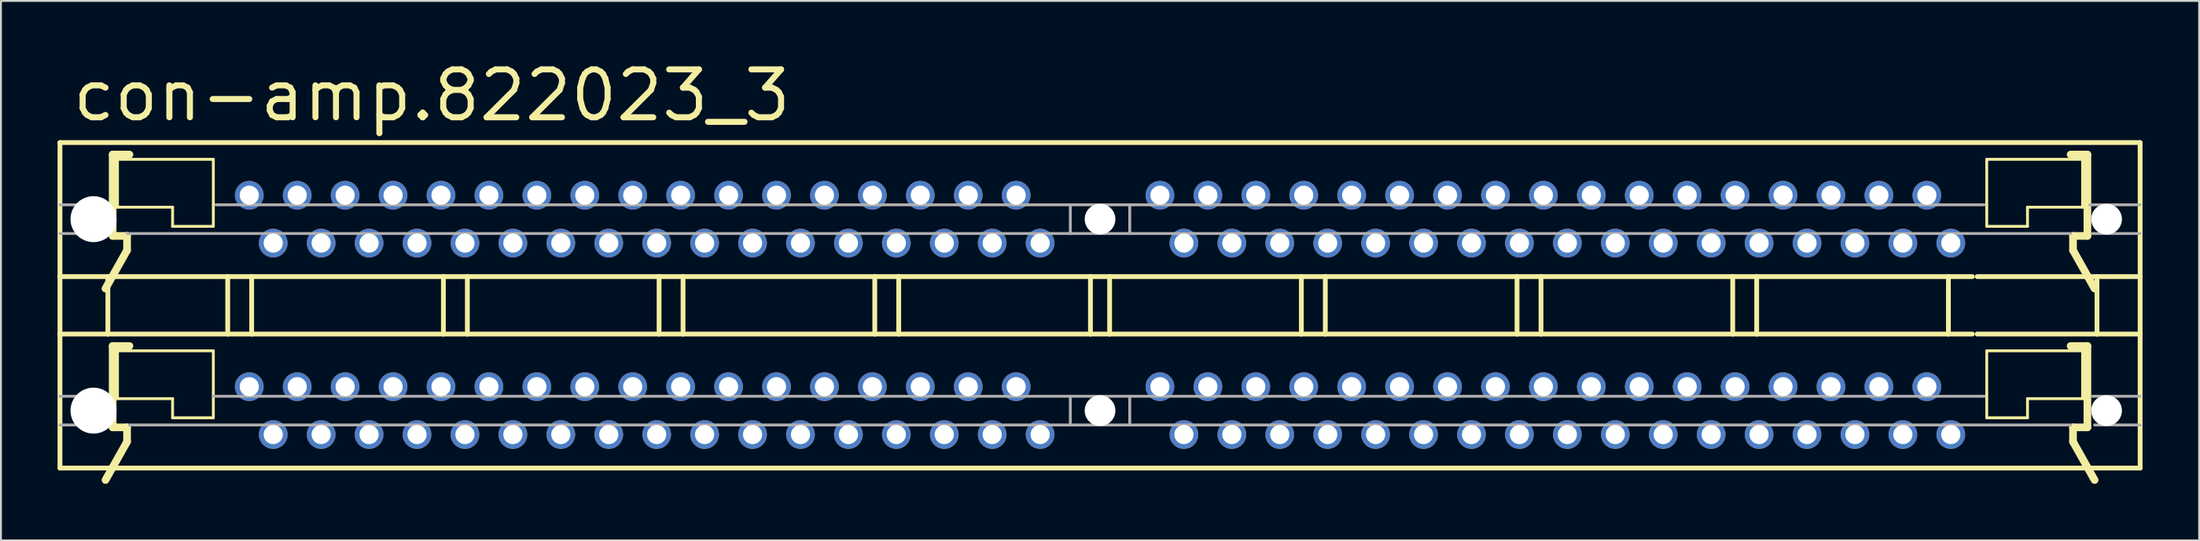
<source format=kicad_pcb>
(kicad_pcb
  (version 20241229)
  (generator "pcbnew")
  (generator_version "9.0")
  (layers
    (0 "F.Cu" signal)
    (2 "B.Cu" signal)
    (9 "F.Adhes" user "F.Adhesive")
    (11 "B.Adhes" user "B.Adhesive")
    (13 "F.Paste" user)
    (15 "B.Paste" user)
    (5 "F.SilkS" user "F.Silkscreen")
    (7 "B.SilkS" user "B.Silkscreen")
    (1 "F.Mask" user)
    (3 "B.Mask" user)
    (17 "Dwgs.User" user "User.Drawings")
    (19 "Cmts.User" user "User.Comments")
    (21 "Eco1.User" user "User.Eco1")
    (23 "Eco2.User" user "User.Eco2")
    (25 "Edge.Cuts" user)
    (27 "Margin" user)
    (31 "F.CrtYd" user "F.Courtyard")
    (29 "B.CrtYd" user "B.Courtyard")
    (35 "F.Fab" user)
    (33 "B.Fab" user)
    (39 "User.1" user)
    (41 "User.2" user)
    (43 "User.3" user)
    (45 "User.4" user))
  (footprint "con-amp.822023_3"
    (layer "F.Cu")
    (at 55.245 8.58)
    (property "Reference" "con-amp.822023_3" (at -54.61 -5.08 0) (layer "F.SilkS") (effects (font (size 2.54 2.54) (thickness 0.32)) (justify left bottom)))
    (attr through_hole)
    (fp_line (start -55.118 -4.064) (end 55.118 -4.064) (stroke (width 0.254) (type default)) (layer "F.SilkS"))
    (fp_line (start -55.118 3.048) (end -55.118 -4.064) (stroke (width 0.254) (type default)) (layer "F.SilkS"))
    (fp_line (start -55.118 6.096) (end -55.118 3.048) (stroke (width 0.254) (type default)) (layer "F.SilkS"))
    (fp_line (start -55.118 6.096) (end -52.578 6.096) (stroke (width 0.254) (type default)) (layer "F.SilkS"))
    (fp_line (start -55.118 13.208) (end -55.118 6.096) (stroke (width 0.254) (type default)) (layer "F.SilkS"))
    (fp_line (start -52.578 3.048) (end -55.118 3.048) (stroke (width 0.254) (type default)) (layer "F.SilkS"))
    (fp_line (start -52.578 6.096) (end -52.578 3.048) (stroke (width 0.254) (type default)) (layer "F.SilkS"))
    (fp_line (start -52.578 6.096) (end -46.228 6.096) (stroke (width 0.254) (type default)) (layer "F.SilkS"))
    (fp_line (start -52.324 -3.429) (end -52.324 0.889) (stroke (width 0.406) (type default)) (layer "F.SilkS"))
    (fp_line (start -52.324 0.889) (end -51.562 0.889) (stroke (width 0.406) (type default)) (layer "F.SilkS"))
    (fp_line (start -52.324 6.731) (end -52.324 11.049) (stroke (width 0.406) (type default)) (layer "F.SilkS"))
    (fp_line (start -52.324 11.049) (end -51.562 11.049) (stroke (width 0.406) (type default)) (layer "F.SilkS"))
    (fp_line (start -52.07 -3.175) (end -52.07 -0.635) (stroke (width 0.152) (type default)) (layer "F.SilkS"))
    (fp_line (start -52.07 6.985) (end -52.07 9.525) (stroke (width 0.152) (type default)) (layer "F.SilkS"))
    (fp_line (start -51.562 0.889) (end -51.562 1.651) (stroke (width 0.406) (type default)) (layer "F.SilkS"))
    (fp_line (start -51.562 1.651) (end -52.705 3.683) (stroke (width 0.406) (type default)) (layer "F.SilkS"))
    (fp_line (start -51.562 11.049) (end -51.562 11.811) (stroke (width 0.406) (type default)) (layer "F.SilkS"))
    (fp_line (start -51.562 11.811) (end -52.705 13.843) (stroke (width 0.406) (type default)) (layer "F.SilkS"))
    (fp_line (start -51.435 -3.429) (end -52.324 -3.429) (stroke (width 0.406) (type default)) (layer "F.SilkS"))
    (fp_line (start -51.435 6.731) (end -52.324 6.731) (stroke (width 0.406) (type default)) (layer "F.SilkS"))
    (fp_line (start -49.149 -0.635) (end -52.07 -0.635) (stroke (width 0.152) (type default)) (layer "F.SilkS"))
    (fp_line (start -49.149 0.381) (end -49.149 -0.635) (stroke (width 0.152) (type default)) (layer "F.SilkS"))
    (fp_line (start -49.149 0.381) (end -46.99 0.381) (stroke (width 0.152) (type default)) (layer "F.SilkS"))
    (fp_line (start -49.149 9.525) (end -52.07 9.525) (stroke (width 0.152) (type default)) (layer "F.SilkS"))
    (fp_line (start -49.149 10.541) (end -49.149 9.525) (stroke (width 0.152) (type default)) (layer "F.SilkS"))
    (fp_line (start -49.149 10.541) (end -46.99 10.541) (stroke (width 0.152) (type default)) (layer "F.SilkS"))
    (fp_line (start -46.99 -3.175) (end -52.07 -3.175) (stroke (width 0.152) (type default)) (layer "F.SilkS"))
    (fp_line (start -46.99 0.381) (end -46.99 -3.175) (stroke (width 0.152) (type default)) (layer "F.SilkS"))
    (fp_line (start -46.99 6.985) (end -52.07 6.985) (stroke (width 0.152) (type default)) (layer "F.SilkS"))
    (fp_line (start -46.99 10.541) (end -46.99 6.985) (stroke (width 0.152) (type default)) (layer "F.SilkS"))
    (fp_line (start -46.228 3.048) (end -52.578 3.048) (stroke (width 0.254) (type default)) (layer "F.SilkS"))
    (fp_line (start -46.228 6.096) (end -46.228 3.048) (stroke (width 0.254) (type default)) (layer "F.SilkS"))
    (fp_line (start -46.228 6.096) (end -44.958 6.096) (stroke (width 0.254) (type default)) (layer "F.SilkS"))
    (fp_line (start -44.958 3.048) (end -46.228 3.048) (stroke (width 0.254) (type default)) (layer "F.SilkS"))
    (fp_line (start -44.958 6.096) (end -44.958 3.048) (stroke (width 0.254) (type default)) (layer "F.SilkS"))
    (fp_line (start -44.958 6.096) (end -34.798 6.096) (stroke (width 0.254) (type default)) (layer "F.SilkS"))
    (fp_line (start -34.798 3.048) (end -44.958 3.048) (stroke (width 0.254) (type default)) (layer "F.SilkS"))
    (fp_line (start -34.798 6.096) (end -34.798 3.048) (stroke (width 0.254) (type default)) (layer "F.SilkS"))
    (fp_line (start -34.798 6.096) (end -33.528 6.096) (stroke (width 0.254) (type default)) (layer "F.SilkS"))
    (fp_line (start -33.528 3.048) (end -34.798 3.048) (stroke (width 0.254) (type default)) (layer "F.SilkS"))
    (fp_line (start -33.528 6.096) (end -33.528 3.048) (stroke (width 0.254) (type default)) (layer "F.SilkS"))
    (fp_line (start -33.528 6.096) (end -23.368 6.096) (stroke (width 0.254) (type default)) (layer "F.SilkS"))
    (fp_line (start -23.368 3.048) (end -33.528 3.048) (stroke (width 0.254) (type default)) (layer "F.SilkS"))
    (fp_line (start -23.368 6.096) (end -23.368 3.048) (stroke (width 0.254) (type default)) (layer "F.SilkS"))
    (fp_line (start -23.368 6.096) (end -22.098 6.096) (stroke (width 0.254) (type default)) (layer "F.SilkS"))
    (fp_line (start -22.098 3.048) (end -23.368 3.048) (stroke (width 0.254) (type default)) (layer "F.SilkS"))
    (fp_line (start -22.098 6.096) (end -22.098 3.048) (stroke (width 0.254) (type default)) (layer "F.SilkS"))
    (fp_line (start -22.098 6.096) (end -11.938 6.096) (stroke (width 0.254) (type default)) (layer "F.SilkS"))
    (fp_line (start -11.938 3.048) (end -22.098 3.048) (stroke (width 0.254) (type default)) (layer "F.SilkS"))
    (fp_line (start -11.938 6.096) (end -11.938 3.048) (stroke (width 0.254) (type default)) (layer "F.SilkS"))
    (fp_line (start -11.938 6.096) (end -10.668 6.096) (stroke (width 0.254) (type default)) (layer "F.SilkS"))
    (fp_line (start -10.668 3.048) (end -11.938 3.048) (stroke (width 0.254) (type default)) (layer "F.SilkS"))
    (fp_line (start -10.668 6.096) (end -10.668 3.048) (stroke (width 0.254) (type default)) (layer "F.SilkS"))
    (fp_line (start -10.668 6.096) (end -0.508 6.096) (stroke (width 0.254) (type default)) (layer "F.SilkS"))
    (fp_line (start -0.508 3.048) (end -10.668 3.048) (stroke (width 0.254) (type default)) (layer "F.SilkS"))
    (fp_line (start -0.508 6.096) (end -0.508 3.048) (stroke (width 0.254) (type default)) (layer "F.SilkS"))
    (fp_line (start 0.508 3.048) (end -0.508 3.048) (stroke (width 0.254) (type default)) (layer "F.SilkS"))
    (fp_line (start 0.508 3.048) (end 10.668 3.048) (stroke (width 0.254) (type default)) (layer "F.SilkS"))
    (fp_line (start 0.508 6.096) (end -0.508 6.096) (stroke (width 0.254) (type default)) (layer "F.SilkS"))
    (fp_line (start 0.508 6.096) (end 0.508 3.048) (stroke (width 0.254) (type default)) (layer "F.SilkS"))
    (fp_line (start 10.668 3.048) (end 11.938 3.048) (stroke (width 0.254) (type default)) (layer "F.SilkS"))
    (fp_line (start 10.668 6.096) (end 0.508 6.096) (stroke (width 0.254) (type default)) (layer "F.SilkS"))
    (fp_line (start 10.668 6.096) (end 10.668 3.048) (stroke (width 0.254) (type default)) (layer "F.SilkS"))
    (fp_line (start 11.938 3.048) (end 22.098 3.048) (stroke (width 0.254) (type default)) (layer "F.SilkS"))
    (fp_line (start 11.938 6.096) (end 10.668 6.096) (stroke (width 0.254) (type default)) (layer "F.SilkS"))
    (fp_line (start 11.938 6.096) (end 11.938 3.048) (stroke (width 0.254) (type default)) (layer "F.SilkS"))
    (fp_line (start 22.098 3.048) (end 23.368 3.048) (stroke (width 0.254) (type default)) (layer "F.SilkS"))
    (fp_line (start 22.098 6.096) (end 11.938 6.096) (stroke (width 0.254) (type default)) (layer "F.SilkS"))
    (fp_line (start 22.098 6.096) (end 22.098 3.048) (stroke (width 0.254) (type default)) (layer "F.SilkS"))
    (fp_line (start 23.368 3.048) (end 33.528 3.048) (stroke (width 0.254) (type default)) (layer "F.SilkS"))
    (fp_line (start 23.368 6.096) (end 22.098 6.096) (stroke (width 0.254) (type default)) (layer "F.SilkS"))
    (fp_line (start 23.368 6.096) (end 23.368 3.048) (stroke (width 0.254) (type default)) (layer "F.SilkS"))
    (fp_line (start 33.528 3.048) (end 34.798 3.048) (stroke (width 0.254) (type default)) (layer "F.SilkS"))
    (fp_line (start 33.528 6.096) (end 23.368 6.096) (stroke (width 0.254) (type default)) (layer "F.SilkS"))
    (fp_line (start 33.528 6.096) (end 33.528 3.048) (stroke (width 0.254) (type default)) (layer "F.SilkS"))
    (fp_line (start 34.798 3.048) (end 44.958 3.048) (stroke (width 0.254) (type default)) (layer "F.SilkS"))
    (fp_line (start 34.798 6.096) (end 33.528 6.096) (stroke (width 0.254) (type default)) (layer "F.SilkS"))
    (fp_line (start 34.798 6.096) (end 34.798 3.048) (stroke (width 0.254) (type default)) (layer "F.SilkS"))
    (fp_line (start 44.958 3.048) (end 46.228 3.048) (stroke (width 0.254) (type default)) (layer "F.SilkS"))
    (fp_line (start 44.958 6.096) (end 34.798 6.096) (stroke (width 0.254) (type default)) (layer "F.SilkS"))
    (fp_line (start 44.958 6.096) (end 44.958 3.048) (stroke (width 0.254) (type default)) (layer "F.SilkS"))
    (fp_line (start 46.228 6.096) (end 44.958 6.096) (stroke (width 0.254) (type default)) (layer "F.SilkS"))
    (fp_line (start 46.482 6.096) (end 52.832 6.096) (stroke (width 0.254) (type default)) (layer "F.SilkS"))
    (fp_line (start 46.99 -3.175) (end 52.07 -3.175) (stroke (width 0.152) (type default)) (layer "F.SilkS"))
    (fp_line (start 46.99 0.381) (end 46.99 -3.175) (stroke (width 0.152) (type default)) (layer "F.SilkS"))
    (fp_line (start 46.99 6.985) (end 52.07 6.985) (stroke (width 0.152) (type default)) (layer "F.SilkS"))
    (fp_line (start 46.99 10.541) (end 46.99 6.985) (stroke (width 0.152) (type default)) (layer "F.SilkS"))
    (fp_line (start 49.149 -0.635) (end 52.07 -0.635) (stroke (width 0.152) (type default)) (layer "F.SilkS"))
    (fp_line (start 49.149 0.381) (end 46.99 0.381) (stroke (width 0.152) (type default)) (layer "F.SilkS"))
    (fp_line (start 49.149 0.381) (end 49.149 -0.635) (stroke (width 0.152) (type default)) (layer "F.SilkS"))
    (fp_line (start 49.149 9.525) (end 52.07 9.525) (stroke (width 0.152) (type default)) (layer "F.SilkS"))
    (fp_line (start 49.149 10.541) (end 46.99 10.541) (stroke (width 0.152) (type default)) (layer "F.SilkS"))
    (fp_line (start 49.149 10.541) (end 49.149 9.525) (stroke (width 0.152) (type default)) (layer "F.SilkS"))
    (fp_line (start 51.435 -3.429) (end 52.324 -3.429) (stroke (width 0.406) (type default)) (layer "F.SilkS"))
    (fp_line (start 51.435 6.731) (end 52.324 6.731) (stroke (width 0.406) (type default)) (layer "F.SilkS"))
    (fp_line (start 51.562 0.889) (end 51.562 1.651) (stroke (width 0.406) (type default)) (layer "F.SilkS"))
    (fp_line (start 51.562 1.651) (end 52.705 3.683) (stroke (width 0.406) (type default)) (layer "F.SilkS"))
    (fp_line (start 51.562 11.049) (end 51.562 11.811) (stroke (width 0.406) (type default)) (layer "F.SilkS"))
    (fp_line (start 51.562 11.811) (end 52.705 13.843) (stroke (width 0.406) (type default)) (layer "F.SilkS"))
    (fp_line (start 52.07 -3.175) (end 52.07 -0.635) (stroke (width 0.152) (type default)) (layer "F.SilkS"))
    (fp_line (start 52.07 6.985) (end 52.07 9.525) (stroke (width 0.152) (type default)) (layer "F.SilkS"))
    (fp_line (start 52.324 -3.429) (end 52.324 0.889) (stroke (width 0.406) (type default)) (layer "F.SilkS"))
    (fp_line (start 52.324 0.889) (end 51.562 0.889) (stroke (width 0.406) (type default)) (layer "F.SilkS"))
    (fp_line (start 52.324 6.731) (end 52.324 11.049) (stroke (width 0.406) (type default)) (layer "F.SilkS"))
    (fp_line (start 52.324 11.049) (end 51.562 11.049) (stroke (width 0.406) (type default)) (layer "F.SilkS"))
    (fp_line (start 52.832 3.048) (end 46.482 3.048) (stroke (width 0.254) (type default)) (layer "F.SilkS"))
    (fp_line (start 52.832 6.096) (end 52.832 3.048) (stroke (width 0.254) (type default)) (layer "F.SilkS"))
    (fp_line (start 52.832 6.096) (end 55.118 6.096) (stroke (width 0.254) (type default)) (layer "F.SilkS"))
    (fp_line (start 55.118 -4.064) (end 55.118 3.048) (stroke (width 0.254) (type default)) (layer "F.SilkS"))
    (fp_line (start 55.118 3.048) (end 52.832 3.048) (stroke (width 0.254) (type default)) (layer "F.SilkS"))
    (fp_line (start 55.118 3.048) (end 55.118 6.096) (stroke (width 0.254) (type default)) (layer "F.SilkS"))
    (fp_line (start 55.118 6.096) (end 55.118 13.208) (stroke (width 0.254) (type default)) (layer "F.SilkS"))
    (fp_line (start 55.118 13.208) (end -55.118 13.208) (stroke (width 0.254) (type default)) (layer "F.SilkS"))
    (fp_line (start -55.118 -0.762) (end -52.578 -0.762) (stroke (width 0.152) (type default)) (layer "F.Fab"))
    (fp_line (start -55.118 0.762) (end -52.705 0.762) (stroke (width 0.152) (type default)) (layer "F.Fab"))
    (fp_line (start -55.118 9.398) (end -52.578 9.398) (stroke (width 0.152) (type default)) (layer "F.Fab"))
    (fp_line (start -55.118 10.922) (end -52.578 10.922) (stroke (width 0.152) (type default)) (layer "F.Fab"))
    (fp_line (start -51.562 0.762) (end -1.575 0.762) (stroke (width 0.152) (type default)) (layer "F.Fab"))
    (fp_line (start -51.435 10.922) (end -1.575 10.922) (stroke (width 0.152) (type default)) (layer "F.Fab"))
    (fp_line (start -46.99 9.398) (end -1.575 9.398) (stroke (width 0.152) (type default)) (layer "F.Fab"))
    (fp_line (start -46.863 -0.762) (end -1.575 -0.762) (stroke (width 0.152) (type default)) (layer "F.Fab"))
    (fp_line (start -1.575 -0.762) (end 1.575 -0.762) (stroke (width 0.152) (type default)) (layer "F.Fab"))
    (fp_line (start -1.575 0.762) (end -1.575 -0.762) (stroke (width 0.152) (type default)) (layer "F.Fab"))
    (fp_line (start -1.575 0.762) (end 1.575 0.762) (stroke (width 0.152) (type default)) (layer "F.Fab"))
    (fp_line (start -1.575 9.398) (end 1.575 9.398) (stroke (width 0.152) (type default)) (layer "F.Fab"))
    (fp_line (start -1.575 10.922) (end -1.575 9.398) (stroke (width 0.152) (type default)) (layer "F.Fab"))
    (fp_line (start -1.575 10.922) (end 1.575 10.922) (stroke (width 0.152) (type default)) (layer "F.Fab"))
    (fp_line (start 1.575 0.762) (end 1.575 -0.762) (stroke (width 0.152) (type default)) (layer "F.Fab"))
    (fp_line (start 1.575 10.922) (end 1.575 9.398) (stroke (width 0.152) (type default)) (layer "F.Fab"))
    (fp_line (start 46.863 -0.762) (end 1.575 -0.762) (stroke (width 0.152) (type default)) (layer "F.Fab"))
    (fp_line (start 46.863 9.398) (end 1.575 9.398) (stroke (width 0.152) (type default)) (layer "F.Fab"))
    (fp_line (start 51.435 0.762) (end 1.575 0.762) (stroke (width 0.152) (type default)) (layer "F.Fab"))
    (fp_line (start 51.435 10.922) (end 1.575 10.922) (stroke (width 0.152) (type default)) (layer "F.Fab"))
    (fp_line (start 55.118 -0.762) (end 52.451 -0.762) (stroke (width 0.152) (type default)) (layer "F.Fab"))
    (fp_line (start 55.118 0.762) (end 52.578 0.762) (stroke (width 0.152) (type default)) (layer "F.Fab"))
    (fp_line (start 55.118 9.398) (end 52.578 9.398) (stroke (width 0.152) (type default)) (layer "F.Fab"))
    (fp_line (start 55.118 10.922) (end 52.705 10.922) (stroke (width 0.152) (type default)) (layer "F.Fab"))
    (pad "" np_thru_hole circle (at -53.34 0) (size 2.438 2.438) (drill 2.438) (layers "*.Cu" "*.Mask"))
    (pad "" np_thru_hole circle (at -53.34 10.16) (size 2.438 2.438) (drill 2.438) (layers "*.Cu" "*.Mask"))
    (pad "" np_thru_hole circle (at 0 0) (size 1.626 1.626) (drill 1.626) (layers "*.Cu" "*.Mask"))
    (pad "" np_thru_hole circle (at 0 10.16) (size 1.626 1.626) (drill 1.626) (layers "*.Cu" "*.Mask"))
    (pad "" np_thru_hole circle (at 53.34 0) (size 1.626 1.626) (drill 1.626) (layers "*.Cu" "*.Mask"))
    (pad "" np_thru_hole circle (at 53.34 10.16) (size 1.626 1.626) (drill 1.626) (layers "*.Cu" "*.Mask"))
    (pad "1-1" thru_hole circle (at 45.085 1.27) (size 1.524 1.524) (drill 1.016) (layers "*.Cu" "*.Mask"))
    (pad "1-2" thru_hole circle (at 43.815 -1.27) (size 1.524 1.524) (drill 1.016) (layers "*.Cu" "*.Mask"))
    (pad "1-3" thru_hole circle (at 42.545 1.27) (size 1.524 1.524) (drill 1.016) (layers "*.Cu" "*.Mask"))
    (pad "1-4" thru_hole circle (at 41.275 -1.27) (size 1.524 1.524) (drill 1.016) (layers "*.Cu" "*.Mask"))
    (pad "1-5" thru_hole circle (at 40.005 1.27) (size 1.524 1.524) (drill 1.016) (layers "*.Cu" "*.Mask"))
    (pad "1-6" thru_hole circle (at 38.735 -1.27) (size 1.524 1.524) (drill 1.016) (layers "*.Cu" "*.Mask"))
    (pad "1-7" thru_hole circle (at 37.465 1.27) (size 1.524 1.524) (drill 1.016) (layers "*.Cu" "*.Mask"))
    (pad "1-8" thru_hole circle (at 36.195 -1.27) (size 1.524 1.524) (drill 1.016) (layers "*.Cu" "*.Mask"))
    (pad "1-9" thru_hole circle (at 34.925 1.27) (size 1.524 1.524) (drill 1.016) (layers "*.Cu" "*.Mask"))
    (pad "1-10" thru_hole circle (at 33.655 -1.27) (size 1.524 1.524) (drill 1.016) (layers "*.Cu" "*.Mask"))
    (pad "1-11" thru_hole circle (at 32.385 1.27) (size 1.524 1.524) (drill 1.016) (layers "*.Cu" "*.Mask"))
    (pad "1-12" thru_hole circle (at 31.115 -1.27) (size 1.524 1.524) (drill 1.016) (layers "*.Cu" "*.Mask"))
    (pad "1-13" thru_hole circle (at 29.845 1.27) (size 1.524 1.524) (drill 1.016) (layers "*.Cu" "*.Mask"))
    (pad "1-14" thru_hole circle (at 28.575 -1.27) (size 1.524 1.524) (drill 1.016) (layers "*.Cu" "*.Mask"))
    (pad "1-15" thru_hole circle (at 27.305 1.27) (size 1.524 1.524) (drill 1.016) (layers "*.Cu" "*.Mask"))
    (pad "1-16" thru_hole circle (at 26.035 -1.27) (size 1.524 1.524) (drill 1.016) (layers "*.Cu" "*.Mask"))
    (pad "1-17" thru_hole circle (at 24.765 1.27) (size 1.524 1.524) (drill 1.016) (layers "*.Cu" "*.Mask"))
    (pad "1-18" thru_hole circle (at 23.495 -1.27) (size 1.524 1.524) (drill 1.016) (layers "*.Cu" "*.Mask"))
    (pad "1-19" thru_hole circle (at 22.225 1.27) (size 1.524 1.524) (drill 1.016) (layers "*.Cu" "*.Mask"))
    (pad "1-20" thru_hole circle (at 20.955 -1.27) (size 1.524 1.524) (drill 1.016) (layers "*.Cu" "*.Mask"))
    (pad "1-21" thru_hole circle (at 19.685 1.27) (size 1.524 1.524) (drill 1.016) (layers "*.Cu" "*.Mask"))
    (pad "1-22" thru_hole circle (at 18.415 -1.27) (size 1.524 1.524) (drill 1.016) (layers "*.Cu" "*.Mask"))
    (pad "1-23" thru_hole circle (at 17.145 1.27) (size 1.524 1.524) (drill 1.016) (layers "*.Cu" "*.Mask"))
    (pad "1-24" thru_hole circle (at 15.875 -1.27) (size 1.524 1.524) (drill 1.016) (layers "*.Cu" "*.Mask"))
    (pad "1-25" thru_hole circle (at 14.605 1.27) (size 1.524 1.524) (drill 1.016) (layers "*.Cu" "*.Mask"))
    (pad "1-26" thru_hole circle (at 13.335 -1.27) (size 1.524 1.524) (drill 1.016) (layers "*.Cu" "*.Mask"))
    (pad "1-27" thru_hole circle (at 12.065 1.27) (size 1.524 1.524) (drill 1.016) (layers "*.Cu" "*.Mask"))
    (pad "1-28" thru_hole circle (at 10.795 -1.27) (size 1.524 1.524) (drill 1.016) (layers "*.Cu" "*.Mask"))
    (pad "1-29" thru_hole circle (at 9.525 1.27) (size 1.524 1.524) (drill 1.016) (layers "*.Cu" "*.Mask"))
    (pad "1-30" thru_hole circle (at 8.255 -1.27) (size 1.524 1.524) (drill 1.016) (layers "*.Cu" "*.Mask"))
    (pad "1-31" thru_hole circle (at 6.985 1.27) (size 1.524 1.524) (drill 1.016) (layers "*.Cu" "*.Mask"))
    (pad "1-32" thru_hole circle (at 5.715 -1.27) (size 1.524 1.524) (drill 1.016) (layers "*.Cu" "*.Mask"))
    (pad "1-33" thru_hole circle (at 4.445 1.27) (size 1.524 1.524) (drill 1.016) (layers "*.Cu" "*.Mask"))
    (pad "1-34" thru_hole circle (at 3.175 -1.27) (size 1.524 1.524) (drill 1.016) (layers "*.Cu" "*.Mask"))
    (pad "1-35" thru_hole circle (at -3.175 1.27) (size 1.524 1.524) (drill 1.016) (layers "*.Cu" "*.Mask"))
    (pad "1-36" thru_hole circle (at -4.445 -1.27) (size 1.524 1.524) (drill 1.016) (layers "*.Cu" "*.Mask"))
    (pad "1-37" thru_hole circle (at -5.715 1.27) (size 1.524 1.524) (drill 1.016) (layers "*.Cu" "*.Mask"))
    (pad "1-38" thru_hole circle (at -6.985 -1.27) (size 1.524 1.524) (drill 1.016) (layers "*.Cu" "*.Mask"))
    (pad "1-39" thru_hole circle (at -8.255 1.27) (size 1.524 1.524) (drill 1.016) (layers "*.Cu" "*.Mask"))
    (pad "1-40" thru_hole circle (at -9.525 -1.27) (size 1.524 1.524) (drill 1.016) (layers "*.Cu" "*.Mask"))
    (pad "1-41" thru_hole circle (at -10.795 1.27) (size 1.524 1.524) (drill 1.016) (layers "*.Cu" "*.Mask"))
    (pad "1-42" thru_hole circle (at -12.065 -1.27) (size 1.524 1.524) (drill 1.016) (layers "*.Cu" "*.Mask"))
    (pad "1-43" thru_hole circle (at -13.335 1.27) (size 1.524 1.524) (drill 1.016) (layers "*.Cu" "*.Mask"))
    (pad "1-44" thru_hole circle (at -14.605 -1.27) (size 1.524 1.524) (drill 1.016) (layers "*.Cu" "*.Mask"))
    (pad "1-45" thru_hole circle (at -15.875 1.27) (size 1.524 1.524) (drill 1.016) (layers "*.Cu" "*.Mask"))
    (pad "1-46" thru_hole circle (at -17.145 -1.27) (size 1.524 1.524) (drill 1.016) (layers "*.Cu" "*.Mask"))
    (pad "1-47" thru_hole circle (at -18.415 1.27) (size 1.524 1.524) (drill 1.016) (layers "*.Cu" "*.Mask"))
    (pad "1-48" thru_hole circle (at -19.685 -1.27) (size 1.524 1.524) (drill 1.016) (layers "*.Cu" "*.Mask"))
    (pad "1-49" thru_hole circle (at -20.955 1.27) (size 1.524 1.524) (drill 1.016) (layers "*.Cu" "*.Mask"))
    (pad "1-50" thru_hole circle (at -22.225 -1.27) (size 1.524 1.524) (drill 1.016) (layers "*.Cu" "*.Mask"))
    (pad "1-51" thru_hole circle (at -23.495 1.27) (size 1.524 1.524) (drill 1.016) (layers "*.Cu" "*.Mask"))
    (pad "1-52" thru_hole circle (at -24.765 -1.27) (size 1.524 1.524) (drill 1.016) (layers "*.Cu" "*.Mask"))
    (pad "1-53" thru_hole circle (at -26.035 1.27) (size 1.524 1.524) (drill 1.016) (layers "*.Cu" "*.Mask"))
    (pad "1-54" thru_hole circle (at -27.305 -1.27) (size 1.524 1.524) (drill 1.016) (layers "*.Cu" "*.Mask"))
    (pad "1-55" thru_hole circle (at -28.575 1.27) (size 1.524 1.524) (drill 1.016) (layers "*.Cu" "*.Mask"))
    (pad "1-56" thru_hole circle (at -29.845 -1.27) (size 1.524 1.524) (drill 1.016) (layers "*.Cu" "*.Mask"))
    (pad "1-57" thru_hole circle (at -31.115 1.27) (size 1.524 1.524) (drill 1.016) (layers "*.Cu" "*.Mask"))
    (pad "1-58" thru_hole circle (at -32.385 -1.27) (size 1.524 1.524) (drill 1.016) (layers "*.Cu" "*.Mask"))
    (pad "1-59" thru_hole circle (at -33.655 1.27) (size 1.524 1.524) (drill 1.016) (layers "*.Cu" "*.Mask"))
    (pad "1-60" thru_hole circle (at -34.925 -1.27) (size 1.524 1.524) (drill 1.016) (layers "*.Cu" "*.Mask"))
    (pad "1-61" thru_hole circle (at -36.195 1.27) (size 1.524 1.524) (drill 1.016) (layers "*.Cu" "*.Mask"))
    (pad "1-62" thru_hole circle (at -37.465 -1.27) (size 1.524 1.524) (drill 1.016) (layers "*.Cu" "*.Mask"))
    (pad "1-63" thru_hole circle (at -38.735 1.27) (size 1.524 1.524) (drill 1.016) (layers "*.Cu" "*.Mask"))
    (pad "1-64" thru_hole circle (at -40.005 -1.27) (size 1.524 1.524) (drill 1.016) (layers "*.Cu" "*.Mask"))
    (pad "1-65" thru_hole circle (at -41.275 1.27) (size 1.524 1.524) (drill 1.016) (layers "*.Cu" "*.Mask"))
    (pad "1-66" thru_hole circle (at -42.545 -1.27) (size 1.524 1.524) (drill 1.016) (layers "*.Cu" "*.Mask"))
    (pad "1-67" thru_hole circle (at -43.815 1.27) (size 1.524 1.524) (drill 1.016) (layers "*.Cu" "*.Mask"))
    (pad "1-68" thru_hole circle (at -45.085 -1.27) (size 1.524 1.524) (drill 1.016) (layers "*.Cu" "*.Mask"))
    (pad "2-1" thru_hole circle (at 45.085 11.43) (size 1.524 1.524) (drill 1.016) (layers "*.Cu" "*.Mask"))
    (pad "2-2" thru_hole circle (at 43.815 8.89) (size 1.524 1.524) (drill 1.016) (layers "*.Cu" "*.Mask"))
    (pad "2-3" thru_hole circle (at 42.545 11.43) (size 1.524 1.524) (drill 1.016) (layers "*.Cu" "*.Mask"))
    (pad "2-4" thru_hole circle (at 41.275 8.89) (size 1.524 1.524) (drill 1.016) (layers "*.Cu" "*.Mask"))
    (pad "2-5" thru_hole circle (at 40.005 11.43) (size 1.524 1.524) (drill 1.016) (layers "*.Cu" "*.Mask"))
    (pad "2-6" thru_hole circle (at 38.735 8.89) (size 1.524 1.524) (drill 1.016) (layers "*.Cu" "*.Mask"))
    (pad "2-7" thru_hole circle (at 37.465 11.43) (size 1.524 1.524) (drill 1.016) (layers "*.Cu" "*.Mask"))
    (pad "2-8" thru_hole circle (at 36.195 8.89) (size 1.524 1.524) (drill 1.016) (layers "*.Cu" "*.Mask"))
    (pad "2-9" thru_hole circle (at 34.925 11.43) (size 1.524 1.524) (drill 1.016) (layers "*.Cu" "*.Mask"))
    (pad "2-10" thru_hole circle (at 33.655 8.89) (size 1.524 1.524) (drill 1.016) (layers "*.Cu" "*.Mask"))
    (pad "2-11" thru_hole circle (at 32.385 11.43) (size 1.524 1.524) (drill 1.016) (layers "*.Cu" "*.Mask"))
    (pad "2-12" thru_hole circle (at 31.115 8.89) (size 1.524 1.524) (drill 1.016) (layers "*.Cu" "*.Mask"))
    (pad "2-13" thru_hole circle (at 29.845 11.43) (size 1.524 1.524) (drill 1.016) (layers "*.Cu" "*.Mask"))
    (pad "2-14" thru_hole circle (at 28.575 8.89) (size 1.524 1.524) (drill 1.016) (layers "*.Cu" "*.Mask"))
    (pad "2-15" thru_hole circle (at 27.305 11.43) (size 1.524 1.524) (drill 1.016) (layers "*.Cu" "*.Mask"))
    (pad "2-16" thru_hole circle (at 26.035 8.89) (size 1.524 1.524) (drill 1.016) (layers "*.Cu" "*.Mask"))
    (pad "2-17" thru_hole circle (at 24.765 11.43) (size 1.524 1.524) (drill 1.016) (layers "*.Cu" "*.Mask"))
    (pad "2-18" thru_hole circle (at 23.495 8.89) (size 1.524 1.524) (drill 1.016) (layers "*.Cu" "*.Mask"))
    (pad "2-19" thru_hole circle (at 22.225 11.43) (size 1.524 1.524) (drill 1.016) (layers "*.Cu" "*.Mask"))
    (pad "2-20" thru_hole circle (at 20.955 8.89) (size 1.524 1.524) (drill 1.016) (layers "*.Cu" "*.Mask"))
    (pad "2-21" thru_hole circle (at 19.685 11.43) (size 1.524 1.524) (drill 1.016) (layers "*.Cu" "*.Mask"))
    (pad "2-22" thru_hole circle (at 18.415 8.89) (size 1.524 1.524) (drill 1.016) (layers "*.Cu" "*.Mask"))
    (pad "2-23" thru_hole circle (at 17.145 11.43) (size 1.524 1.524) (drill 1.016) (layers "*.Cu" "*.Mask"))
    (pad "2-24" thru_hole circle (at 15.875 8.89) (size 1.524 1.524) (drill 1.016) (layers "*.Cu" "*.Mask"))
    (pad "2-25" thru_hole circle (at 14.605 11.43) (size 1.524 1.524) (drill 1.016) (layers "*.Cu" "*.Mask"))
    (pad "2-26" thru_hole circle (at 13.335 8.89) (size 1.524 1.524) (drill 1.016) (layers "*.Cu" "*.Mask"))
    (pad "2-27" thru_hole circle (at 12.065 11.43) (size 1.524 1.524) (drill 1.016) (layers "*.Cu" "*.Mask"))
    (pad "2-28" thru_hole circle (at 10.795 8.89) (size 1.524 1.524) (drill 1.016) (layers "*.Cu" "*.Mask"))
    (pad "2-29" thru_hole circle (at 9.525 11.43) (size 1.524 1.524) (drill 1.016) (layers "*.Cu" "*.Mask"))
    (pad "2-30" thru_hole circle (at 8.255 8.89) (size 1.524 1.524) (drill 1.016) (layers "*.Cu" "*.Mask"))
    (pad "2-31" thru_hole circle (at 6.985 11.43) (size 1.524 1.524) (drill 1.016) (layers "*.Cu" "*.Mask"))
    (pad "2-32" thru_hole circle (at 5.715 8.89) (size 1.524 1.524) (drill 1.016) (layers "*.Cu" "*.Mask"))
    (pad "2-33" thru_hole circle (at 4.445 11.43) (size 1.524 1.524) (drill 1.016) (layers "*.Cu" "*.Mask"))
    (pad "2-34" thru_hole circle (at 3.175 8.89) (size 1.524 1.524) (drill 1.016) (layers "*.Cu" "*.Mask"))
    (pad "2-35" thru_hole circle (at -3.175 11.43) (size 1.524 1.524) (drill 1.016) (layers "*.Cu" "*.Mask"))
    (pad "2-36" thru_hole circle (at -4.445 8.89) (size 1.524 1.524) (drill 1.016) (layers "*.Cu" "*.Mask"))
    (pad "2-37" thru_hole circle (at -5.715 11.43) (size 1.524 1.524) (drill 1.016) (layers "*.Cu" "*.Mask"))
    (pad "2-38" thru_hole circle (at -6.985 8.89) (size 1.524 1.524) (drill 1.016) (layers "*.Cu" "*.Mask"))
    (pad "2-39" thru_hole circle (at -8.255 11.43) (size 1.524 1.524) (drill 1.016) (layers "*.Cu" "*.Mask"))
    (pad "2-40" thru_hole circle (at -9.525 8.89) (size 1.524 1.524) (drill 1.016) (layers "*.Cu" "*.Mask"))
    (pad "2-41" thru_hole circle (at -10.795 11.43) (size 1.524 1.524) (drill 1.016) (layers "*.Cu" "*.Mask"))
    (pad "2-42" thru_hole circle (at -12.065 8.89) (size 1.524 1.524) (drill 1.016) (layers "*.Cu" "*.Mask"))
    (pad "2-43" thru_hole circle (at -13.335 11.43) (size 1.524 1.524) (drill 1.016) (layers "*.Cu" "*.Mask"))
    (pad "2-44" thru_hole circle (at -14.605 8.89) (size 1.524 1.524) (drill 1.016) (layers "*.Cu" "*.Mask"))
    (pad "2-45" thru_hole circle (at -15.875 11.43) (size 1.524 1.524) (drill 1.016) (layers "*.Cu" "*.Mask"))
    (pad "2-46" thru_hole circle (at -17.145 8.89) (size 1.524 1.524) (drill 1.016) (layers "*.Cu" "*.Mask"))
    (pad "2-47" thru_hole circle (at -18.415 11.43) (size 1.524 1.524) (drill 1.016) (layers "*.Cu" "*.Mask"))
    (pad "2-48" thru_hole circle (at -19.685 8.89) (size 1.524 1.524) (drill 1.016) (layers "*.Cu" "*.Mask"))
    (pad "2-49" thru_hole circle (at -20.955 11.43) (size 1.524 1.524) (drill 1.016) (layers "*.Cu" "*.Mask"))
    (pad "2-50" thru_hole circle (at -22.225 8.89) (size 1.524 1.524) (drill 1.016) (layers "*.Cu" "*.Mask"))
    (pad "2-51" thru_hole circle (at -23.495 11.43) (size 1.524 1.524) (drill 1.016) (layers "*.Cu" "*.Mask"))
    (pad "2-52" thru_hole circle (at -24.765 8.89) (size 1.524 1.524) (drill 1.016) (layers "*.Cu" "*.Mask"))
    (pad "2-53" thru_hole circle (at -26.035 11.43) (size 1.524 1.524) (drill 1.016) (layers "*.Cu" "*.Mask"))
    (pad "2-54" thru_hole circle (at -27.305 8.89) (size 1.524 1.524) (drill 1.016) (layers "*.Cu" "*.Mask"))
    (pad "2-55" thru_hole circle (at -28.575 11.43) (size 1.524 1.524) (drill 1.016) (layers "*.Cu" "*.Mask"))
    (pad "2-56" thru_hole circle (at -29.845 8.89) (size 1.524 1.524) (drill 1.016) (layers "*.Cu" "*.Mask"))
    (pad "2-57" thru_hole circle (at -31.115 11.43) (size 1.524 1.524) (drill 1.016) (layers "*.Cu" "*.Mask"))
    (pad "2-58" thru_hole circle (at -32.385 8.89) (size 1.524 1.524) (drill 1.016) (layers "*.Cu" "*.Mask"))
    (pad "2-59" thru_hole circle (at -33.655 11.43) (size 1.524 1.524) (drill 1.016) (layers "*.Cu" "*.Mask"))
    (pad "2-60" thru_hole circle (at -34.925 8.89) (size 1.524 1.524) (drill 1.016) (layers "*.Cu" "*.Mask"))
    (pad "2-61" thru_hole circle (at -36.195 11.43) (size 1.524 1.524) (drill 1.016) (layers "*.Cu" "*.Mask"))
    (pad "2-62" thru_hole circle (at -37.465 8.89) (size 1.524 1.524) (drill 1.016) (layers "*.Cu" "*.Mask"))
    (pad "2-63" thru_hole circle (at -38.735 11.43) (size 1.524 1.524) (drill 1.016) (layers "*.Cu" "*.Mask"))
    (pad "2-64" thru_hole circle (at -40.005 8.89) (size 1.524 1.524) (drill 1.016) (layers "*.Cu" "*.Mask"))
    (pad "2-65" thru_hole circle (at -41.275 11.43) (size 1.524 1.524) (drill 1.016) (layers "*.Cu" "*.Mask"))
    (pad "2-66" thru_hole circle (at -42.545 8.89) (size 1.524 1.524) (drill 1.016) (layers "*.Cu" "*.Mask"))
    (pad "2-67" thru_hole circle (at -43.815 11.43) (size 1.524 1.524) (drill 1.016) (layers "*.Cu" "*.Mask"))
    (pad "2-68" thru_hole circle (at -45.085 8.89) (size 1.524 1.524) (drill 1.016) (layers "*.Cu" "*.Mask")))
  (gr_rect
    (start -3 -3)
    (end 113.49 25.626)
    (stroke (width 0.1) (type default))
    (fill no)
    (layer "Edge.Cuts")))
</source>
